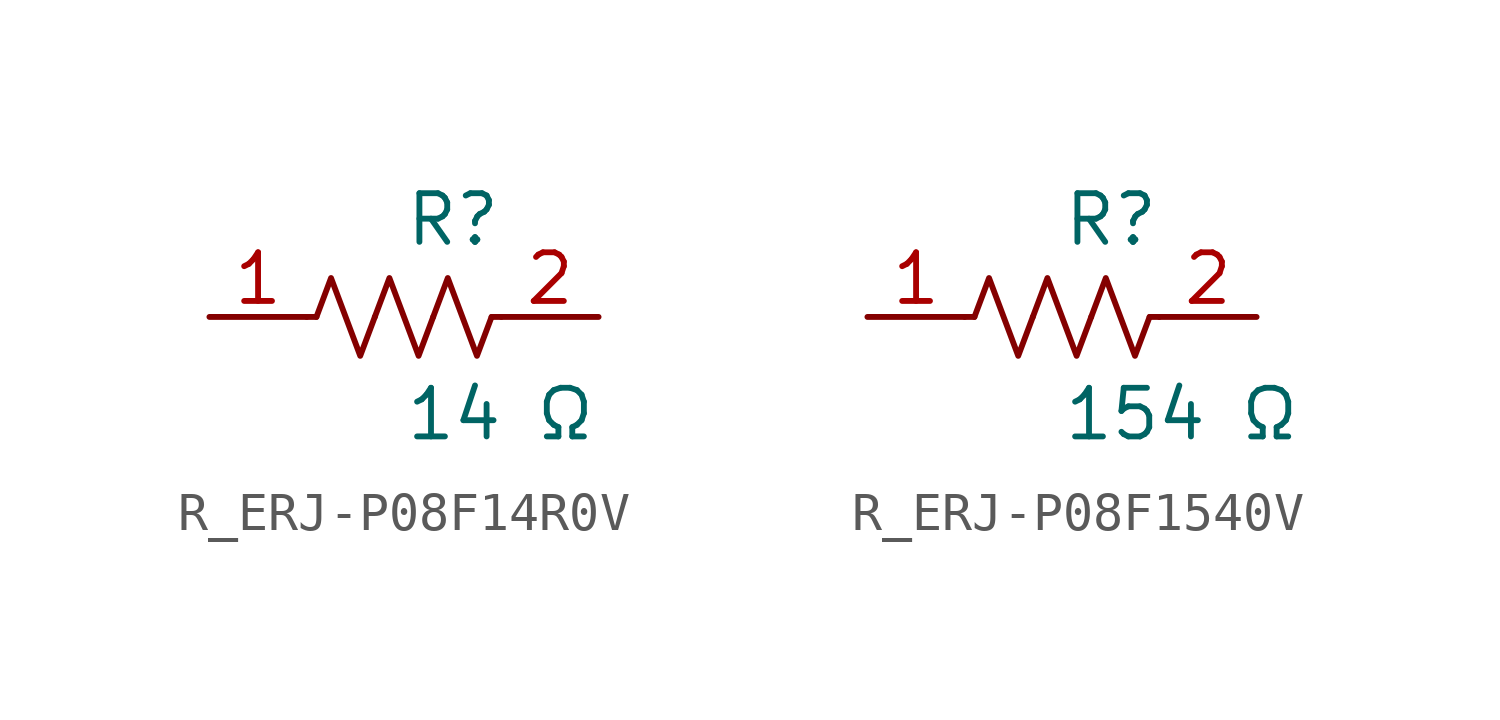
<source format=kicad_sym>
(kicad_symbol_lib
  (version 20231120)
  (generator kicad_symbol_editor)
  (generator_version 8.0)
  (symbol "R_ERJ-P08F14R0V"
    (pin_names
      (offset 0.254))
    (property "Reference" "R"
      (at 0.0 2.54 0)
      (effects (font (size 1.27 1.27)) (justify left)))
    (property "Value" "14 Ω"
      (at 0.0 -2.54 0)
      (effects (font (size 1.27 1.27)) (justify left)))
    (symbol "R_ERJ-P08F14R0V_0_1"
      (polyline (pts (xy 2.286 0) (xy 2.54 0)) (stroke (width 0) (type default)) (fill (type none)))
      (polyline (pts (xy -2.286 0) (xy -2.54 0)) (stroke (width 0) (type default)) (fill (type none)))
      (polyline (pts (xy 0.762 0) (xy 1.143 1.016) (xy 1.524 0) (xy 1.905 -1.016) (xy 2.286 0)) (stroke (width 0) (type default)) (fill (type none)))
      (polyline (pts (xy -0.762 0) (xy -0.381 1.016) (xy 0 0) (xy 0.381 -1.016) (xy 0.762 0)) (stroke (width 0) (type default)) (fill (type none)))
      (polyline (pts (xy -2.286 0) (xy -1.905 1.016) (xy -1.524 0) (xy -1.143 -1.016) (xy -0.762 0)) (stroke (width 0) (type default)) (fill (type none))))
    (pin unspecified line
      (at -5.08 0 0)
      (length 2.54)
      (name "" (effects (font (size 1.27 1.27))))
      (number "1" (effects (font (size 1.27 1.27)))))
    (pin unspecified line
      (at 5.08 0 180)
      (length 2.54)
      (name "" (effects (font (size 1.27 1.27))))
      (number "2" (effects (font (size 1.27 1.27))))))
  (symbol "R_ERJ-P08F1540V"
    (pin_names
      (offset 0.254))
    (property "Reference" "R"
      (at 0.0 2.54 0)
      (effects (font (size 1.27 1.27)) (justify left)))
    (property "Value" "154 Ω"
      (at 0.0 -2.54 0)
      (effects (font (size 1.27 1.27)) (justify left)))
    (symbol "R_ERJ-P08F1540V_0_1"
      (polyline (pts (xy 2.286 0) (xy 2.54 0)) (stroke (width 0) (type default)) (fill (type none)))
      (polyline (pts (xy -2.286 0) (xy -2.54 0)) (stroke (width 0) (type default)) (fill (type none)))
      (polyline (pts (xy 0.762 0) (xy 1.143 1.016) (xy 1.524 0) (xy 1.905 -1.016) (xy 2.286 0)) (stroke (width 0) (type default)) (fill (type none)))
      (polyline (pts (xy -0.762 0) (xy -0.381 1.016) (xy 0 0) (xy 0.381 -1.016) (xy 0.762 0)) (stroke (width 0) (type default)) (fill (type none)))
      (polyline (pts (xy -2.286 0) (xy -1.905 1.016) (xy -1.524 0) (xy -1.143 -1.016) (xy -0.762 0)) (stroke (width 0) (type default)) (fill (type none))))
    (pin unspecified line
      (at -5.08 0 0)
      (length 2.54)
      (name "" (effects (font (size 1.27 1.27))))
      (number "1" (effects (font (size 1.27 1.27)))))
    (pin unspecified line
      (at 5.08 0 180)
      (length 2.54)
      (name "" (effects (font (size 1.27 1.27))))
      (number "2" (effects (font (size 1.27 1.27)))))))
</source>
